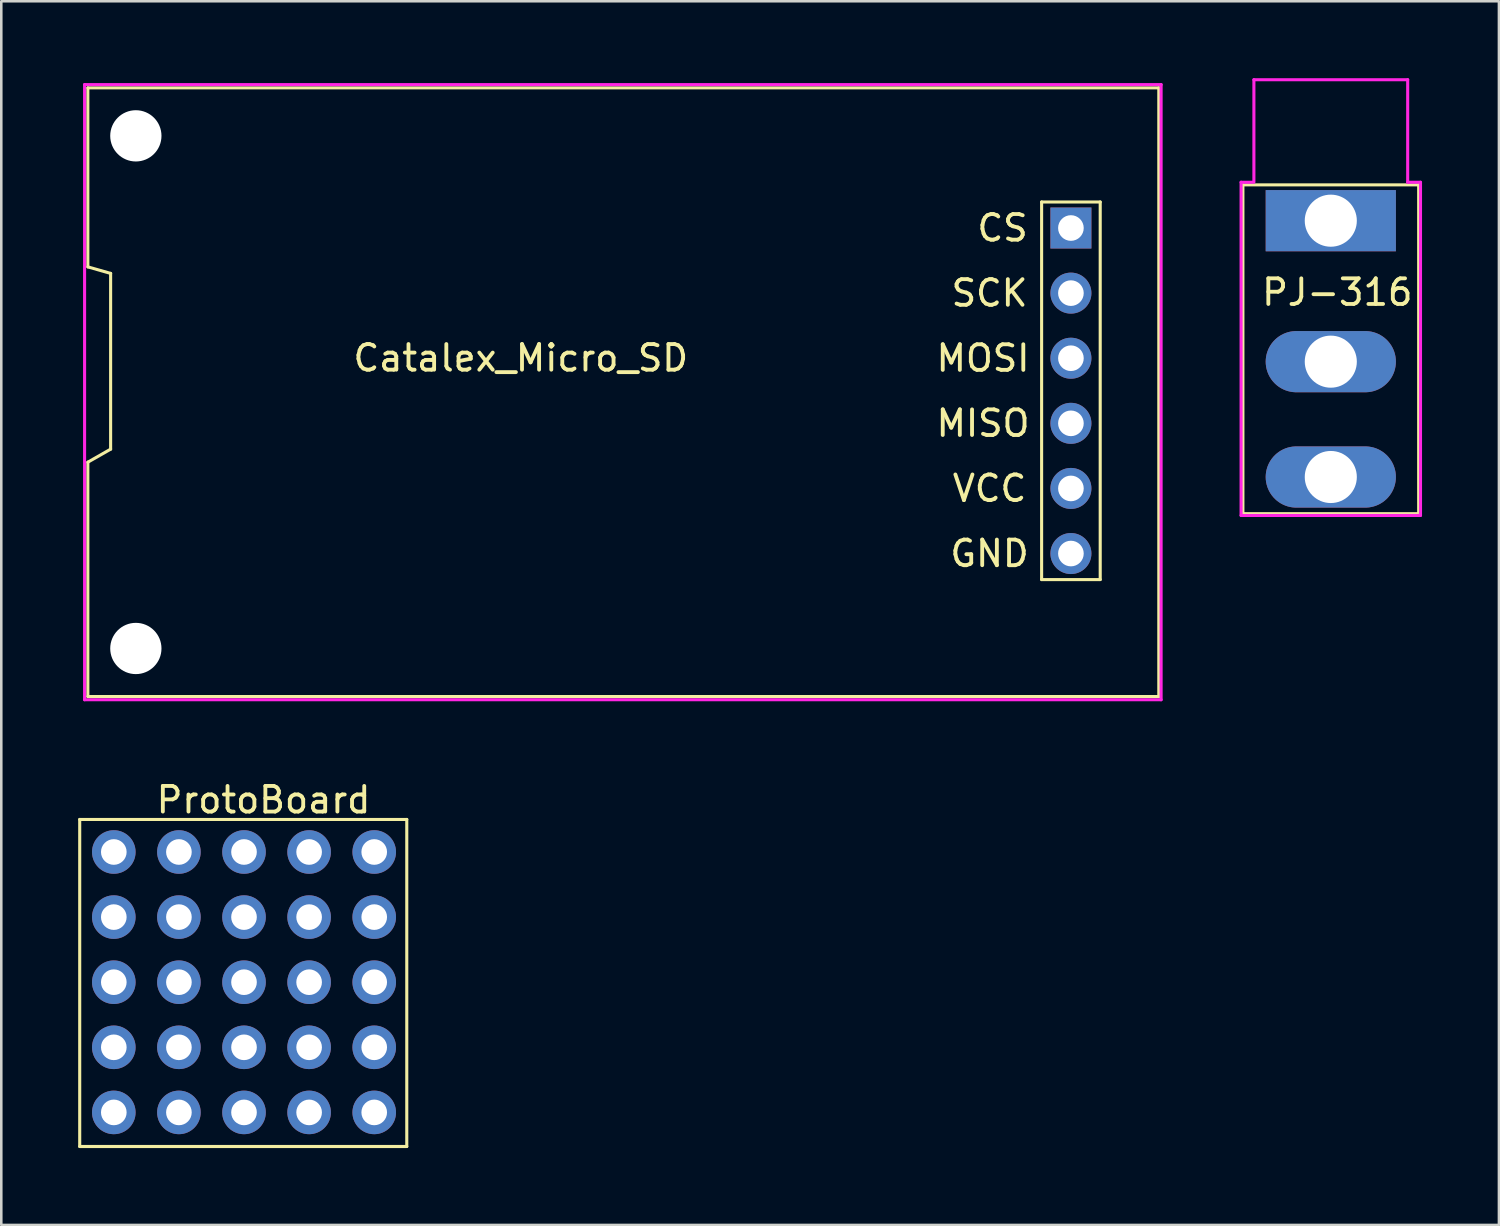
<source format=kicad_pcb>
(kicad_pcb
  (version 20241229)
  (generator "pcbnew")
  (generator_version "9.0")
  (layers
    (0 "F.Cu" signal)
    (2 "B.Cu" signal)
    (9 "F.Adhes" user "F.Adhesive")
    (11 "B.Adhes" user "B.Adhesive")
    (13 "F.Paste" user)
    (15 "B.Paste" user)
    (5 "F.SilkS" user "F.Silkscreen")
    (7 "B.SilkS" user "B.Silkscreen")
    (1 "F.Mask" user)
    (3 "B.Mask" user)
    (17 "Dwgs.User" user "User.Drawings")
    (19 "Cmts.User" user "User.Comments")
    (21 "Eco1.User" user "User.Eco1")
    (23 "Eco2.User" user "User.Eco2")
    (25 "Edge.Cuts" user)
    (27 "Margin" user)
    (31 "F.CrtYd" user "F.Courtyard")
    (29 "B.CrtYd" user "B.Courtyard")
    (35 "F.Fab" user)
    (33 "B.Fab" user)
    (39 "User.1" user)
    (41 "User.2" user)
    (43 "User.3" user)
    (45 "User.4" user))
  (footprint "Catalex_Micro_SD"
    (layer "F.Cu")
    (at 0.25 0.25)
    (property "Reference" "Catalex_Micro_SD" (at 17.018 10.668 0) (layer "F.SilkS") (effects (font (size 1 1) (thickness 0.15))))
    (attr through_hole)
    (fp_line (start 0.127 0.127) (end 41.91 0.127) (stroke (width 0.12) (type solid)) (layer "F.SilkS"))
    (fp_line (start 0.127 7.112) (end 0.127 0.127) (stroke (width 0.12) (type solid)) (layer "F.SilkS"))
    (fp_line (start 0.127 14.732) (end 0.127 23.876) (stroke (width 0.12) (type solid)) (layer "F.SilkS"))
    (fp_line (start 0.127 14.732) (end 1.016 14.224) (stroke (width 0.12) (type solid)) (layer "F.SilkS"))
    (fp_line (start 1.016 7.366) (end 0.127 7.112) (stroke (width 0.12) (type solid)) (layer "F.SilkS"))
    (fp_line (start 1.016 14.224) (end 1.016 7.366) (stroke (width 0.12) (type solid)) (layer "F.SilkS"))
    (fp_line (start 37.338 4.58) (end 39.624 4.58) (stroke (width 0.12) (type solid)) (layer "F.SilkS"))
    (fp_line (start 37.338 19.312) (end 37.338 4.58) (stroke (width 0.12) (type solid)) (layer "F.SilkS"))
    (fp_line (start 39.624 4.58) (end 39.624 19.312) (stroke (width 0.12) (type solid)) (layer "F.SilkS"))
    (fp_line (start 39.624 19.312) (end 37.338 19.312) (stroke (width 0.12) (type solid)) (layer "F.SilkS"))
    (fp_line (start 41.91 0.127) (end 41.91 23.876) (stroke (width 0.12) (type solid)) (layer "F.SilkS"))
    (fp_line (start 41.91 23.876) (end 0.127 23.876) (stroke (width 0.12) (type solid)) (layer "F.SilkS"))
    (fp_line (start 0 0) (end 42 0) (stroke (width 0.12) (type solid)) (layer "F.CrtYd"))
    (fp_line (start 0 24) (end 0 0) (stroke (width 0.12) (type solid)) (layer "F.CrtYd"))
    (fp_line (start 0 24) (end 42 24) (stroke (width 0.12) (type solid)) (layer "F.CrtYd"))
    (fp_line (start 42 0) (end 42 24) (stroke (width 0.12) (type solid)) (layer "F.CrtYd"))
    (fp_text user "CS" (at 35.814 5.596 0) (layer "F.SilkS") (effects (font (size 1 1) (thickness 0.15))))
    (fp_text user "SCK" (at 35.306 8.136 0) (layer "F.SilkS") (effects (font (size 1 1) (thickness 0.15))))
    (fp_text user "MOSI" (at 35.052 10.676 0) (layer "F.SilkS") (effects (font (size 1 1) (thickness 0.15))))
    (fp_text user "MISO" (at 35.052 13.216 0) (layer "F.SilkS") (effects (font (size 1 1) (thickness 0.15))))
    (fp_text user "GND" (at 35.306 18.296 0) (layer "F.SilkS") (effects (font (size 1 1) (thickness 0.15))))
    (fp_text user "VCC" (at 35.306 15.756 0) (layer "F.SilkS") (effects (font (size 1 1) (thickness 0.15))))
    (pad "" np_thru_hole circle (at 2 2) (size 2 2) (drill 2) (layers "*.Cu" "*.Mask"))
    (pad "" np_thru_hole circle (at 2 22) (size 2 2) (drill 2) (layers "*.Cu" "*.Mask"))
    (pad "1" thru_hole rect (at 38.481 5.596) (size 1.6 1.6) (drill 1) (layers "*.Cu" "*.Mask"))
    (pad "2" thru_hole oval (at 38.481 8.136) (size 1.6 1.6) (drill 1) (layers "*.Cu" "*.Mask"))
    (pad "3" thru_hole oval (at 38.481 10.676) (size 1.6 1.6) (drill 1) (layers "*.Cu" "*.Mask"))
    (pad "4" thru_hole oval (at 38.481 13.216) (size 1.6 1.6) (drill 1) (layers "*.Cu" "*.Mask"))
    (pad "5" thru_hole oval (at 38.481 15.756) (size 1.6 1.6) (drill 1) (layers "*.Cu" "*.Mask"))
    (pad "6" thru_hole oval (at 38.481 18.296) (size 1.6 1.6) (drill 1) (layers "*.Cu" "*.Mask")))
  (footprint "ProtoBoard"
    (layer "F.Cu")
    (at 1.39 30.19)
    (property "Reference" "ProtoBoard" (at 5.842 -2.032 0) (layer "F.SilkS") (effects (font (size 1 1) (thickness 0.15))))
    (attr through_hole)
    (fp_line (start -1.33 -1.27) (end -1.33 11.49) (stroke (width 0.12) (type solid)) (layer "F.SilkS"))
    (fp_line (start -1.33 -1.27) (end 11.43 -1.27) (stroke (width 0.12) (type solid)) (layer "F.SilkS"))
    (fp_line (start -1.33 11.49) (end 11.43 11.49) (stroke (width 0.12) (type solid)) (layer "F.SilkS"))
    (fp_line (start 11.43 -1.27) (end 11.43 11.49) (stroke (width 0.12) (type solid)) (layer "F.SilkS"))
    (pad "" thru_hole circle (at 0 0) (size 1.7 1.7) (drill 1) (layers "*.Cu" "*.Mask"))
    (pad "" thru_hole oval (at 0 2.54) (size 1.7 1.7) (drill 1) (layers "*.Cu" "*.Mask"))
    (pad "" thru_hole oval (at 0 5.08) (size 1.7 1.7) (drill 1) (layers "*.Cu" "*.Mask"))
    (pad "" thru_hole oval (at 0 7.62) (size 1.7 1.7) (drill 1) (layers "*.Cu" "*.Mask"))
    (pad "" thru_hole oval (at 0 10.16) (size 1.7 1.7) (drill 1) (layers "*.Cu" "*.Mask"))
    (pad "" thru_hole circle (at 2.54 0) (size 1.7 1.7) (drill 1) (layers "*.Cu" "*.Mask"))
    (pad "" thru_hole oval (at 2.54 2.54) (size 1.7 1.7) (drill 1) (layers "*.Cu" "*.Mask"))
    (pad "" thru_hole oval (at 2.54 5.08) (size 1.7 1.7) (drill 1) (layers "*.Cu" "*.Mask"))
    (pad "" thru_hole oval (at 2.54 7.62) (size 1.7 1.7) (drill 1) (layers "*.Cu" "*.Mask"))
    (pad "" thru_hole oval (at 2.54 10.16) (size 1.7 1.7) (drill 1) (layers "*.Cu" "*.Mask"))
    (pad "" thru_hole circle (at 5.08 0) (size 1.7 1.7) (drill 1) (layers "*.Cu" "*.Mask"))
    (pad "" thru_hole oval (at 5.08 2.54) (size 1.7 1.7) (drill 1) (layers "*.Cu" "*.Mask"))
    (pad "" thru_hole oval (at 5.08 5.08) (size 1.7 1.7) (drill 1) (layers "*.Cu" "*.Mask"))
    (pad "" thru_hole oval (at 5.08 7.62) (size 1.7 1.7) (drill 1) (layers "*.Cu" "*.Mask"))
    (pad "" thru_hole oval (at 5.08 10.16) (size 1.7 1.7) (drill 1) (layers "*.Cu" "*.Mask"))
    (pad "" thru_hole circle (at 7.62 0) (size 1.7 1.7) (drill 1) (layers "*.Cu" "*.Mask"))
    (pad "" thru_hole oval (at 7.62 2.54) (size 1.7 1.7) (drill 1) (layers "*.Cu" "*.Mask"))
    (pad "" thru_hole oval (at 7.62 5.08) (size 1.7 1.7) (drill 1) (layers "*.Cu" "*.Mask"))
    (pad "" thru_hole oval (at 7.62 7.62) (size 1.7 1.7) (drill 1) (layers "*.Cu" "*.Mask"))
    (pad "" thru_hole oval (at 7.62 10.16) (size 1.7 1.7) (drill 1) (layers "*.Cu" "*.Mask"))
    (pad "" thru_hole circle (at 10.16 0) (size 1.7 1.7) (drill 1) (layers "*.Cu" "*.Mask"))
    (pad "" thru_hole oval (at 10.16 2.54) (size 1.7 1.7) (drill 1) (layers "*.Cu" "*.Mask"))
    (pad "" thru_hole oval (at 10.16 5.08) (size 1.7 1.7) (drill 1) (layers "*.Cu" "*.Mask"))
    (pad "" thru_hole oval (at 10.16 7.62) (size 1.7 1.7) (drill 1) (layers "*.Cu" "*.Mask"))
    (pad "" thru_hole oval (at 10.16 10.16) (size 1.7 1.7) (drill 1) (layers "*.Cu" "*.Mask")))
  (footprint "PJ-316"
    (layer "F.Cu")
    (at 48.87 5.56)
    (property "Reference" "PJ-316" (at 0.254 2.794 0) (layer "F.SilkS") (effects (font (size 1 1) (thickness 0.15))))
    (attr through_hole)
    (fp_line (start -3.429 -1.397) (end 3.429 -1.397) (stroke (width 0.12) (type solid)) (layer "F.SilkS"))
    (fp_line (start -3.429 11.43) (end -3.429 -1.397) (stroke (width 0.12) (type solid)) (layer "F.SilkS"))
    (fp_line (start 3.429 -1.397) (end 3.429 11.43) (stroke (width 0.12) (type solid)) (layer "F.SilkS"))
    (fp_line (start 3.429 11.43) (end -3.429 11.43) (stroke (width 0.12) (type solid)) (layer "F.SilkS"))
    (fp_line (start -3.5 -1.5) (end -3.5 11.5) (stroke (width 0.12) (type solid)) (layer "F.CrtYd"))
    (fp_line (start -3.5 -1.5) (end -3.048 -1.5) (stroke (width 0.12) (type solid)) (layer "F.CrtYd"))
    (fp_line (start -3.5 11.5) (end 3.5 11.5) (stroke (width 0.12) (type solid)) (layer "F.CrtYd"))
    (fp_line (start -3 -5.5) (end -3 -1.5) (stroke (width 0.12) (type solid)) (layer "F.CrtYd"))
    (fp_line (start -3 -5.5) (end 3 -5.5) (stroke (width 0.12) (type solid)) (layer "F.CrtYd"))
    (fp_line (start 3 -1.5) (end 3 -5.5) (stroke (width 0.12) (type solid)) (layer "F.CrtYd"))
    (fp_line (start 3 -1.5) (end 3.5 -1.5) (stroke (width 0.12) (type solid)) (layer "F.CrtYd"))
    (fp_line (start 3.5 -1.5) (end 3.5 11.5) (stroke (width 0.12) (type solid)) (layer "F.CrtYd"))
    (pad "S" thru_hole rect (at 0 0) (size 5.08 2.388) (drill 2.032) (layers "*.Cu" "*.Mask"))
    (pad "T" thru_hole oval (at 0 5.5) (size 5.08 2.388) (drill 2.032) (layers "*.Cu" "*.Mask"))
    (pad "TN" thru_hole oval (at 0 10) (size 5.08 2.388) (drill 2.032) (layers "*.Cu" "*.Mask")))
  (gr_rect
    (start -3 -3)
    (end 55.43 44.74)
    (stroke (width 0.1) (type default))
    (fill no)
    (layer "Edge.Cuts")))
</source>
